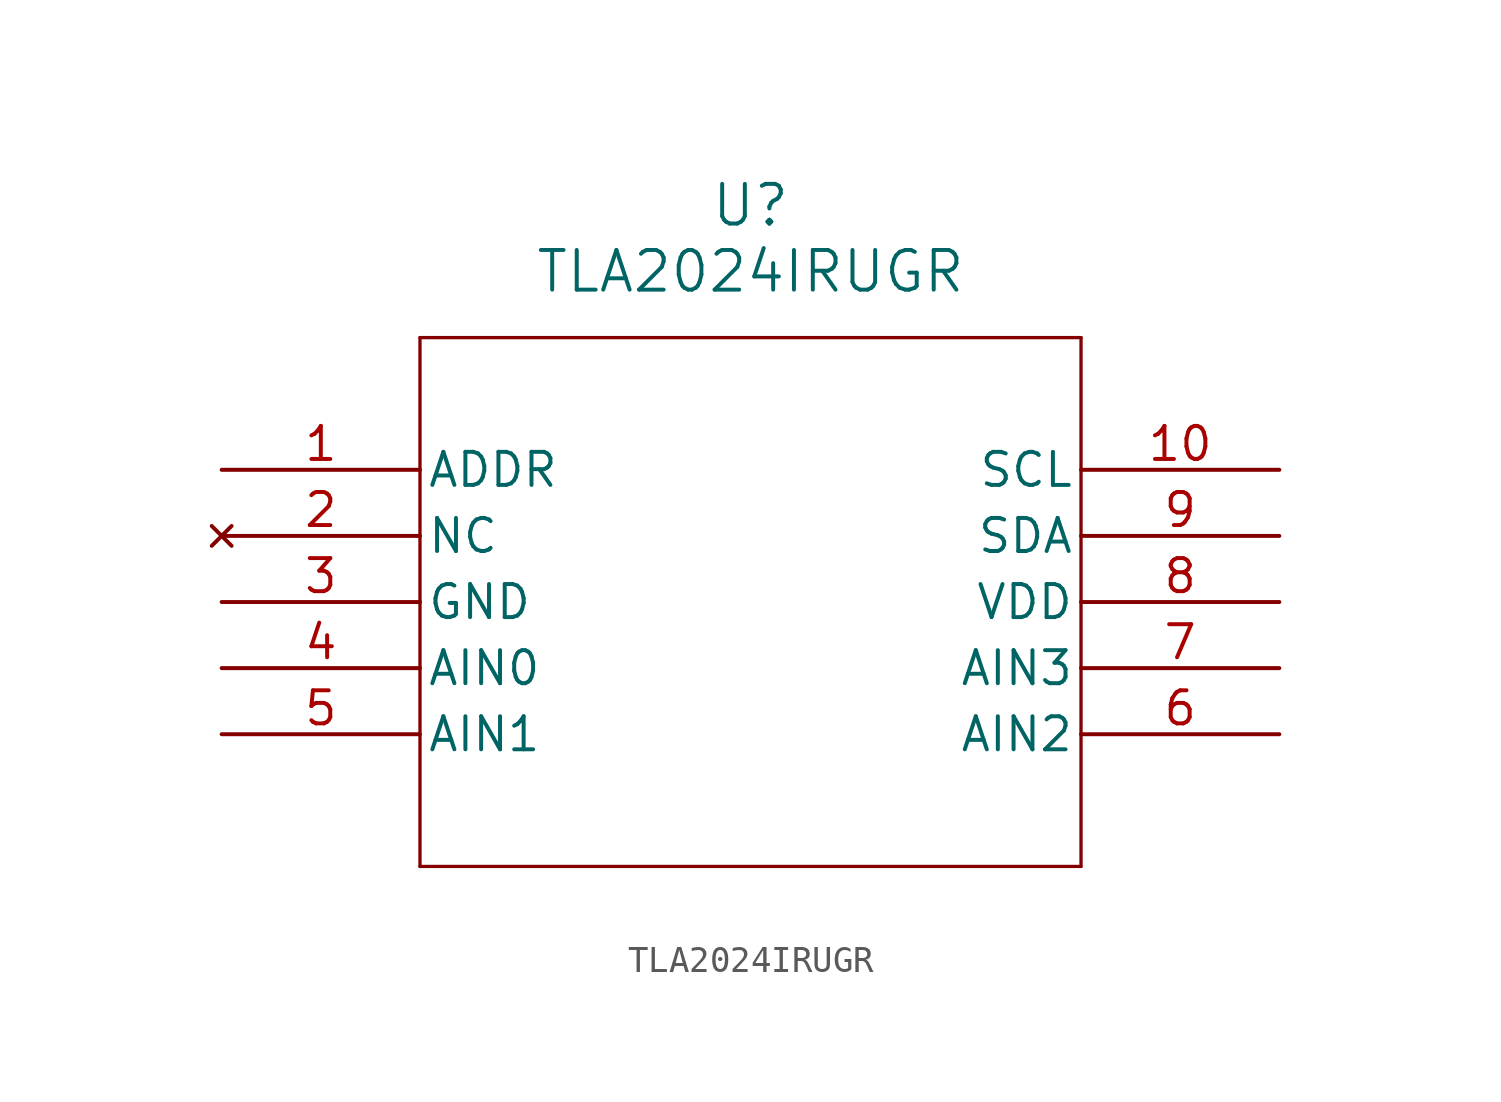
<source format=kicad_sym>
(kicad_symbol_lib
  (version 20211014)
  (generator kicad_symbol_editor)
  (symbol "TLA2024IRUGR"
    (pin_names
      (offset 0.254))
    (property "Reference" "U"
      (at 20.32 10.16 0)
      (effects (font (size 1.524 1.524))))
    (property "Value" "TLA2024IRUGR"
      (at 20.32 7.62 0)
      (effects (font (size 1.524 1.524))))
    (symbol "TLA2024IRUGR_0_1"
      (polyline (pts (xy 7.62 5.08) (xy 7.62 -15.24)) (stroke (width 0.127) (type default) (color 0 0 0 0)) (fill (type none)))
      (polyline (pts (xy 7.62 -15.24) (xy 33.02 -15.24)) (stroke (width 0.127) (type default) (color 0 0 0 0)) (fill (type none)))
      (polyline (pts (xy 33.02 -15.24) (xy 33.02 5.08)) (stroke (width 0.127) (type default) (color 0 0 0 0)) (fill (type none)))
      (polyline (pts (xy 33.02 5.08) (xy 7.62 5.08)) (stroke (width 0.127) (type default) (color 0 0 0 0)) (fill (type none)))
      (pin unspecified line (at 0 0 0) (length 7.62) (name "ADDR" (effects (font (size 1.27 1.27)))) (number "1" (effects (font (size 1.27 1.27)))))
      (pin no_connect line (at 0 -2.54 0) (length 7.62) (name "NC" (effects (font (size 1.27 1.27)))) (number "2" (effects (font (size 1.27 1.27)))))
      (pin power_out line (at 0 -5.08 0) (length 7.62) (name "GND" (effects (font (size 1.27 1.27)))) (number "3" (effects (font (size 1.27 1.27)))))
      (pin bidirectional line (at 0 -7.62 0) (length 7.62) (name "AIN0" (effects (font (size 1.27 1.27)))) (number "4" (effects (font (size 1.27 1.27)))))
      (pin input line (at 0 -10.16 0) (length 7.62) (name "AIN1" (effects (font (size 1.27 1.27)))) (number "5" (effects (font (size 1.27 1.27)))))
      (pin input line (at 40.64 -10.16 180) (length 7.62) (name "AIN2" (effects (font (size 1.27 1.27)))) (number "6" (effects (font (size 1.27 1.27)))))
      (pin input line (at 40.64 -7.62 180) (length 7.62) (name "AIN3" (effects (font (size 1.27 1.27)))) (number "7" (effects (font (size 1.27 1.27)))))
      (pin power_in line (at 40.64 -5.08 180) (length 7.62) (name "VDD" (effects (font (size 1.27 1.27)))) (number "8" (effects (font (size 1.27 1.27)))))
      (pin unspecified line (at 40.64 -2.54 180) (length 7.62) (name "SDA" (effects (font (size 1.27 1.27)))) (number "9" (effects (font (size 1.27 1.27)))))
      (pin unspecified line (at 40.64 0 180) (length 7.62) (name "SCL" (effects (font (size 1.27 1.27)))) (number "10" (effects (font (size 1.27 1.27))))))))
</source>
